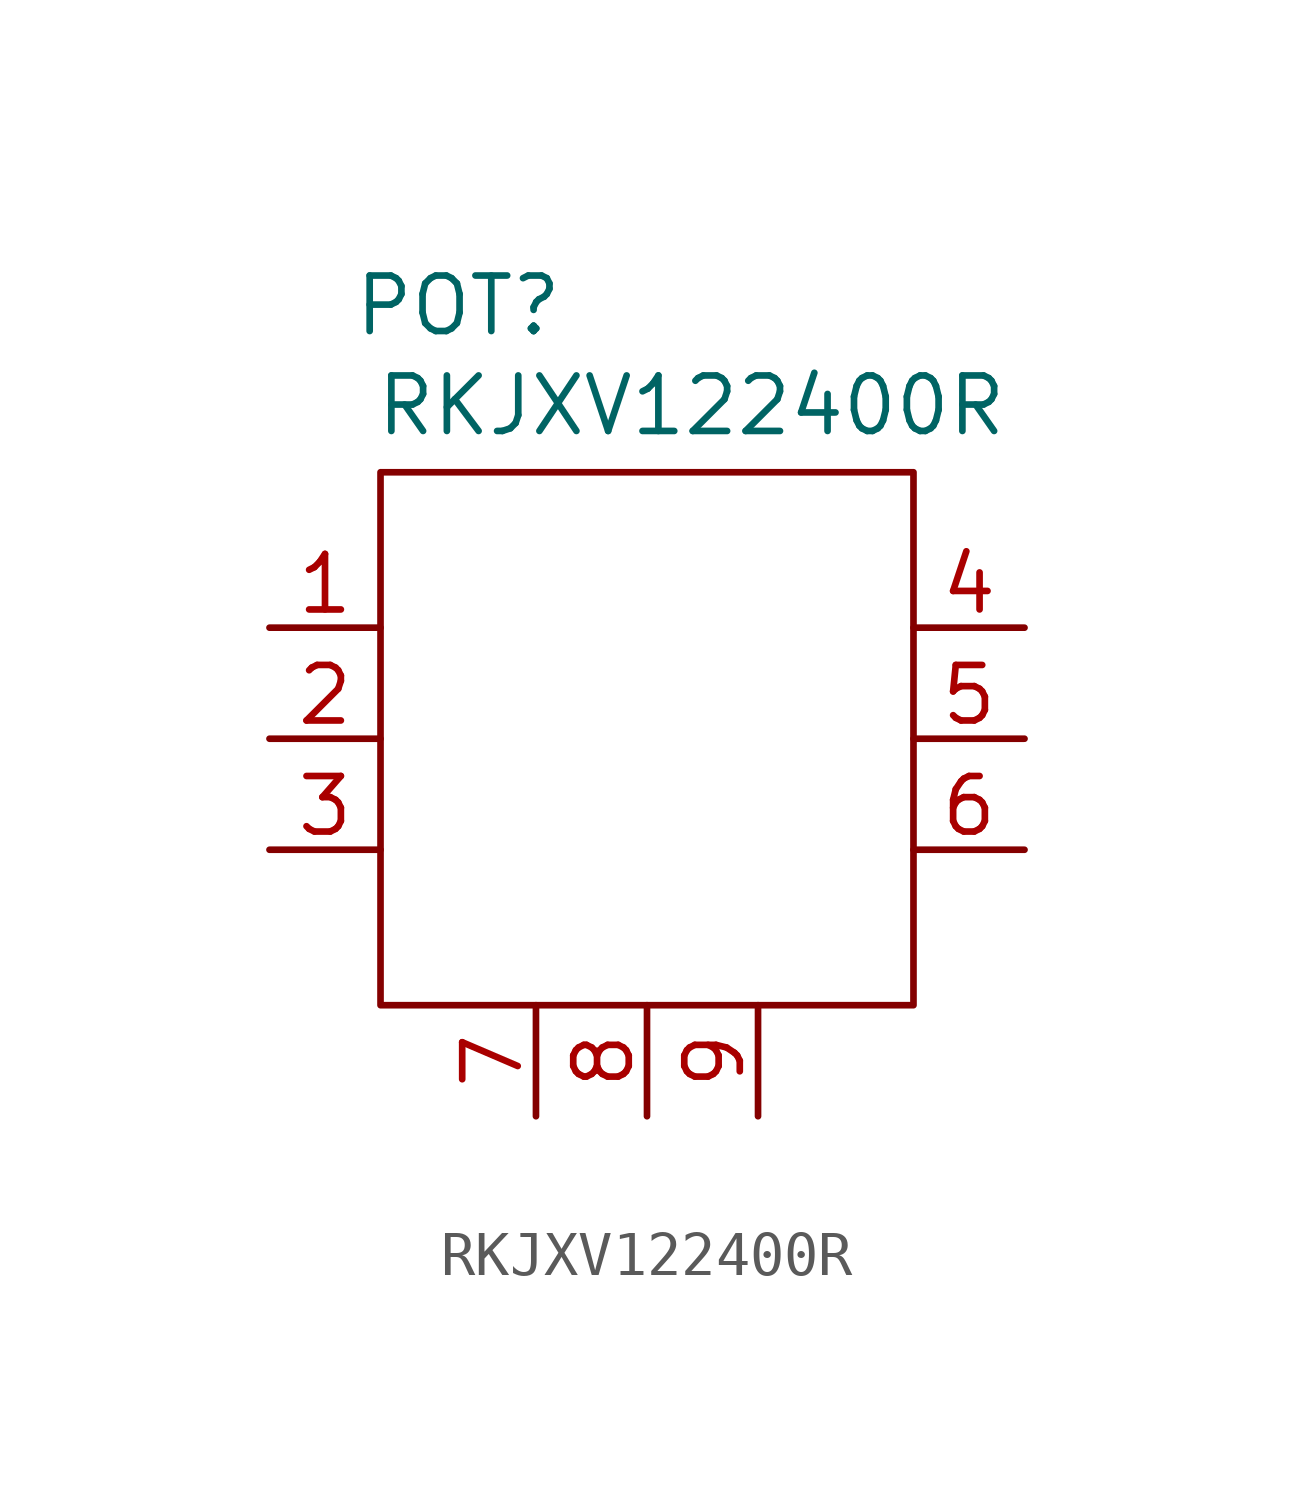
<source format=kicad_sym>
(kicad_symbol_lib
  (version 20211014)
  (generator kicad_symbol_editor)
  (symbol "RKJXV122400R"
    (property "Reference" "POT"
      (at -4.318 9.906 0)
      (effects (font (size 1.27 1.27))))
    (property "Value" "RKJXV122400R"
      (at 1.016 7.62 0)
      (effects (font (size 1.27 1.27))))
    (symbol "RKJXV122400R_0_1"
      (rectangle (start -6.096 6.096) (end 6.096 -6.096) (stroke (width 0) (type default) (color 0 0 0 0)) (fill (type none))))
    (symbol "RKJXV122400R_1_1"
      (pin input line (at -8.636 2.54 0) (length 2.54) (name "" (effects (font (size 1.27 1.27)))) (number "1" (effects (font (size 1.27 1.27)))))
      (pin input line (at -8.636 0 0) (length 2.54) (name "" (effects (font (size 1.27 1.27)))) (number "2" (effects (font (size 1.27 1.27)))))
      (pin input line (at -8.636 -2.54 0) (length 2.54) (name "" (effects (font (size 1.27 1.27)))) (number "3" (effects (font (size 1.27 1.27)))))
      (pin input line (at 8.636 2.54 180) (length 2.54) (name "" (effects (font (size 1.27 1.27)))) (number "4" (effects (font (size 1.27 1.27)))))
      (pin input line (at 8.636 0 180) (length 2.54) (name "" (effects (font (size 1.27 1.27)))) (number "5" (effects (font (size 1.27 1.27)))))
      (pin input line (at 8.636 -2.54 180) (length 2.54) (name "" (effects (font (size 1.27 1.27)))) (number "6" (effects (font (size 1.27 1.27)))))
      (pin input line (at -2.54 -8.636 90) (length 2.54) (name "" (effects (font (size 1.27 1.27)))) (number "7" (effects (font (size 1.27 1.27)))))
      (pin input line (at 0 -8.636 90) (length 2.54) (name "" (effects (font (size 1.27 1.27)))) (number "8" (effects (font (size 1.27 1.27)))))
      (pin input line (at 2.54 -8.636 90) (length 2.54) (name "" (effects (font (size 1.27 1.27)))) (number "9" (effects (font (size 1.27 1.27))))))))
</source>
